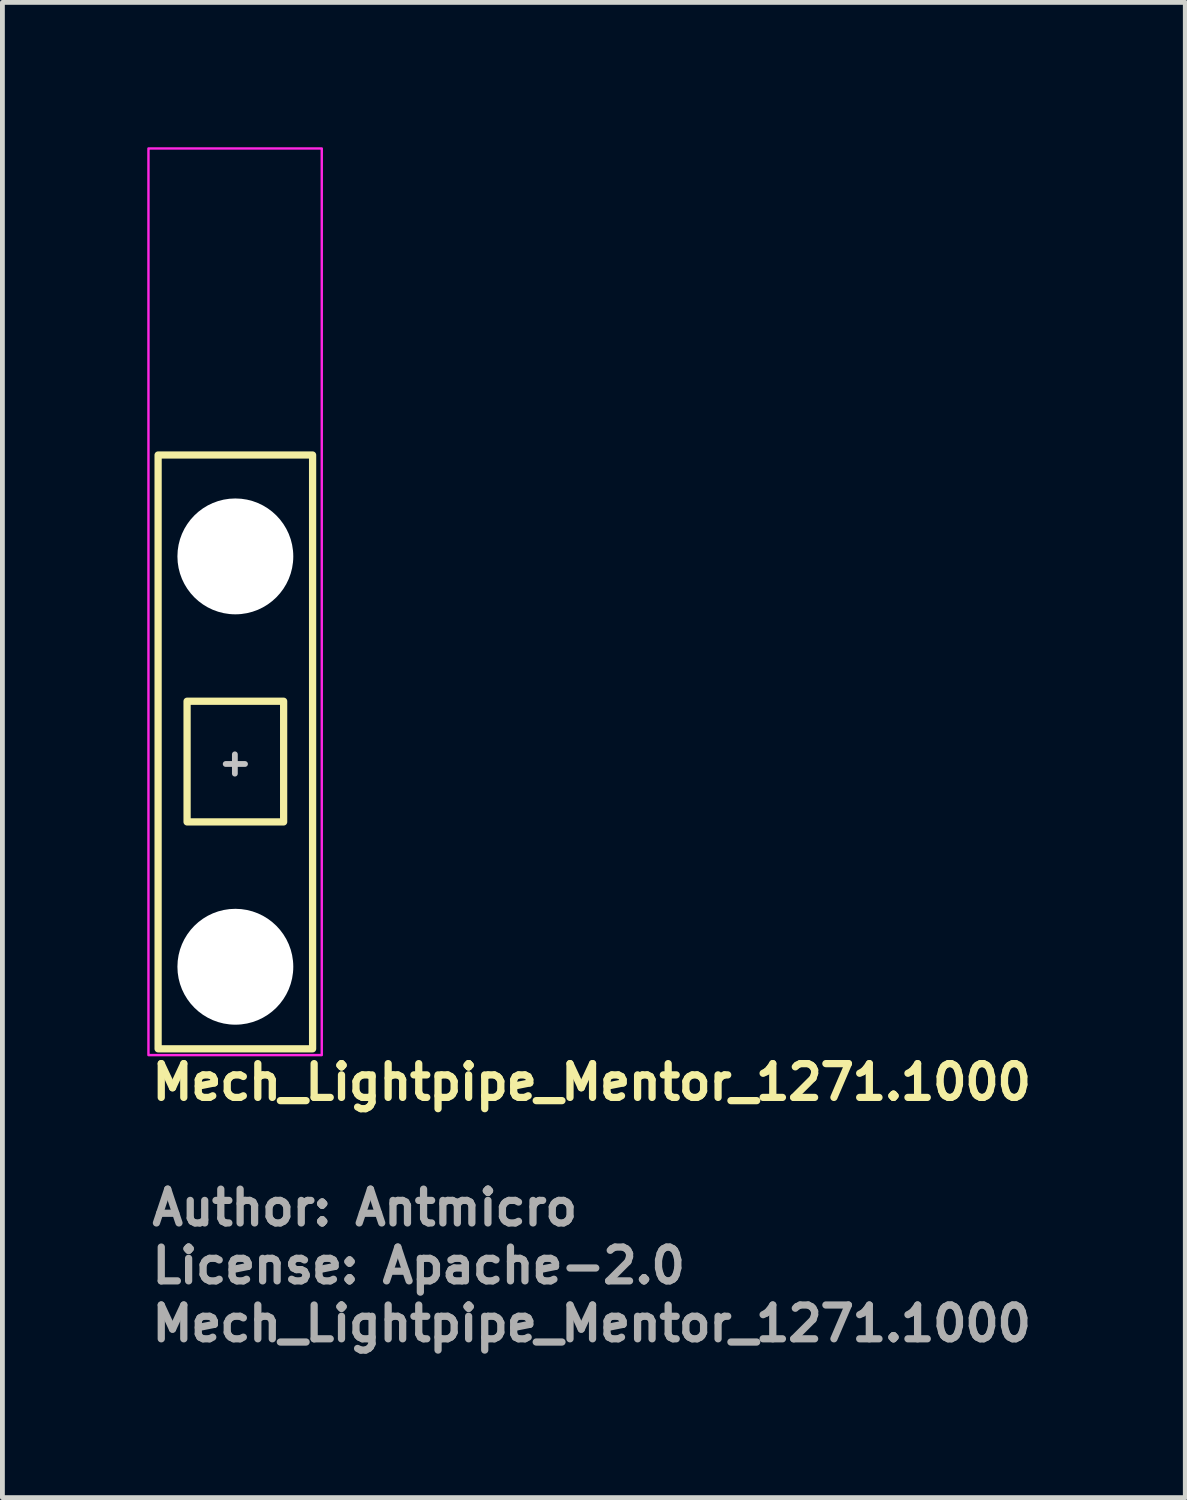
<source format=kicad_pcb>
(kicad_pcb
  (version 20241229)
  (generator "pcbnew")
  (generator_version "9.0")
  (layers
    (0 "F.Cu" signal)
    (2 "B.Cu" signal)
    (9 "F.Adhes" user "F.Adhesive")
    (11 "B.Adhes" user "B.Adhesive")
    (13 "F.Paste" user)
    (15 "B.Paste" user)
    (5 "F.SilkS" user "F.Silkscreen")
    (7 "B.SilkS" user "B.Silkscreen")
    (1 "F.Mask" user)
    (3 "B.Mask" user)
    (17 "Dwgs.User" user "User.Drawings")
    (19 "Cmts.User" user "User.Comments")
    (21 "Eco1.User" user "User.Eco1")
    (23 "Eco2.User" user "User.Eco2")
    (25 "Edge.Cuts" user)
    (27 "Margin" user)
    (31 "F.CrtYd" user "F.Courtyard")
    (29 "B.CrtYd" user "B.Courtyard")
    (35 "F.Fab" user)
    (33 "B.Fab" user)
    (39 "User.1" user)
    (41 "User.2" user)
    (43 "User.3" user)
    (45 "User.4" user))
  (footprint "Mech_Lightpipe_Mentor_1271.1000"
    (layer "F.Cu")
    (at 1.825 12.975)
    (property "Reference" "Mech_Lightpipe_Mentor_1271.1000" (at -1.8 6.8 0) (unlocked yes) (layer "F.SilkS") (effects (font (size 0.7 0.7) (thickness 0.15)) (justify left bottom)))
    (attr through_hole)
    (fp_rect (start -1.6 5.7) (end 1.6 -6.6) (stroke (width 0.15) (type solid)) (fill no) (layer "F.SilkS"))
    (fp_rect (start -1 1) (end 1 -1.5) (stroke (width 0.15) (type solid)) (fill no) (layer "F.SilkS"))
    (fp_line (start -0.01 -0.4) (end -0.01 0) (stroke (width 0.12) (type solid)) (layer "Dwgs.User"))
    (fp_line (start 0.2 -0.2) (end -0.2 -0.2) (stroke (width 0.12) (type solid)) (layer "Dwgs.User"))
    (fp_rect (start -1.8 -12.95) (end 1.79 5.83) (stroke (width 0.05) (type solid)) (fill no) (layer "F.CrtYd"))
    (fp_rect (start -1.508 -12.701) (end 1.49 5.587) (stroke (width 0.1) (type solid)) (fill no) (layer "User.5"))
    (fp_line (start -1.508 -12.501) (end -1.471 -12.501) (stroke (width 0.02) (type solid)) (layer "User.9"))
    (fp_line (start -1.508 -8.701) (end -1.508 -12.501) (stroke (width 0.02) (type solid)) (layer "User.9"))
    (fp_line (start -1.508 -8.701) (end -1.502 -8.701) (stroke (width 0.02) (type solid)) (layer "User.9"))
    (fp_line (start -1.508 -8.538) (end -1.508 -8.701) (stroke (width 0.02) (type solid)) (layer "User.9"))
    (fp_line (start -1.508 -8.538) (end -1.508 -8.538) (stroke (width 0.02) (type solid)) (layer "User.9"))
    (fp_line (start -1.508 -7.97) (end -1.508 -8.538) (stroke (width 0.02) (type solid)) (layer "User.9"))
    (fp_line (start -1.508 -7.97) (end -1.477 -7.99) (stroke (width 0.02) (type solid)) (layer "User.9"))
    (fp_line (start -1.508 -2.18) (end -1.508 -7.97) (stroke (width 0.02) (type solid)) (layer "User.9"))
    (fp_line (start -1.508 -1.12) (end -1.508 -2.18) (stroke (width 0.02) (type solid)) (layer "User.9"))
    (fp_line (start -1.508 1.12) (end -1.508 -1.12) (stroke (width 0.02) (type solid)) (layer "User.9"))
    (fp_line (start -1.508 1.12) (end -1.508 1.827) (stroke (width 0.02) (type solid)) (layer "User.9"))
    (fp_line (start -1.508 5.587) (end -1.508 1.827) (stroke (width 0.02) (type solid)) (layer "User.9"))
    (fp_line (start -1.502 -8.701) (end -1.502 -8.701) (stroke (width 0.02) (type solid)) (layer "User.9"))
    (fp_line (start -1.502 -8.701) (end -1.484 -8.701) (stroke (width 0.02) (type solid)) (layer "User.9"))
    (fp_line (start -1.484 -8.701) (end -1.484 -8.701) (stroke (width 0.02) (type solid)) (layer "User.9"))
    (fp_line (start -1.484 -8.701) (end -1.452 -8.701) (stroke (width 0.02) (type solid)) (layer "User.9"))
    (fp_line (start -1.477 -7.99) (end -1.445 -8.006) (stroke (width 0.02) (type solid)) (layer "User.9"))
    (fp_line (start -1.471 -12.501) (end -1.471 -12.501) (stroke (width 0.02) (type solid)) (layer "User.9"))
    (fp_line (start -1.471 -12.501) (end -1.36 -12.501) (stroke (width 0.02) (type solid)) (layer "User.9"))
    (fp_line (start -1.452 -8.701) (end -1.452 -8.701) (stroke (width 0.02) (type solid)) (layer "User.9"))
    (fp_line (start -1.452 -8.701) (end -1.409 -8.701) (stroke (width 0.02) (type solid)) (layer "User.9"))
    (fp_line (start -1.445 -8.006) (end -1.414 -8.022) (stroke (width 0.02) (type solid)) (layer "User.9"))
    (fp_line (start -1.414 -8.022) (end -1.383 -8.034) (stroke (width 0.02) (type solid)) (layer "User.9"))
    (fp_line (start -1.409 -8.701) (end -1.409 -8.701) (stroke (width 0.02) (type solid)) (layer "User.9"))
    (fp_line (start -1.409 -8.701) (end -1.354 -8.701) (stroke (width 0.02) (type solid)) (layer "User.9"))
    (fp_line (start -1.383 -8.034) (end -1.352 -8.042) (stroke (width 0.02) (type solid)) (layer "User.9"))
    (fp_line (start -1.36 -12.501) (end -1.36 -12.501) (stroke (width 0.02) (type solid)) (layer "User.9"))
    (fp_line (start -1.36 -12.501) (end -1.182 -12.501) (stroke (width 0.02) (type solid)) (layer "User.9"))
    (fp_line (start -1.354 -8.701) (end -1.354 -8.701) (stroke (width 0.02) (type solid)) (layer "User.9"))
    (fp_line (start -1.354 -8.701) (end -1.287 -8.701) (stroke (width 0.02) (type solid)) (layer "User.9"))
    (fp_line (start -1.352 -8.042) (end -1.321 -8.05) (stroke (width 0.02) (type solid)) (layer "User.9"))
    (fp_line (start -1.321 -8.05) (end -1.29 -8.053) (stroke (width 0.02) (type solid)) (layer "User.9"))
    (fp_line (start -1.29 -8.053) (end -1.274 -8.054) (stroke (width 0.02) (type solid)) (layer "User.9"))
    (fp_line (start -1.287 -8.701) (end -1.287 -8.701) (stroke (width 0.02) (type solid)) (layer "User.9"))
    (fp_line (start -1.287 -8.701) (end -1.21 -8.701) (stroke (width 0.02) (type solid)) (layer "User.9"))
    (fp_line (start -1.274 -8.054) (end -1.258 -8.055) (stroke (width 0.02) (type solid)) (layer "User.9"))
    (fp_line (start -1.258 -8.055) (end -1.244 -8.054) (stroke (width 0.02) (type solid)) (layer "User.9"))
    (fp_line (start -1.244 -8.054) (end -1.228 -8.053) (stroke (width 0.02) (type solid)) (layer "User.9"))
    (fp_line (start -1.228 -8.053) (end -1.197 -8.05) (stroke (width 0.02) (type solid)) (layer "User.9"))
    (fp_line (start -1.21 -8.701) (end -1.21 -8.701) (stroke (width 0.02) (type solid)) (layer "User.9"))
    (fp_line (start -1.21 -8.701) (end -1.122 -8.701) (stroke (width 0.02) (type solid)) (layer "User.9"))
    (fp_line (start -1.197 -8.05) (end -1.166 -8.042) (stroke (width 0.02) (type solid)) (layer "User.9"))
    (fp_line (start -1.182 -12.501) (end -1.182 -12.501) (stroke (width 0.02) (type solid)) (layer "User.9"))
    (fp_line (start -1.182 -12.501) (end -0.943 -12.501) (stroke (width 0.02) (type solid)) (layer "User.9"))
    (fp_line (start -1.166 -8.042) (end -1.135 -8.034) (stroke (width 0.02) (type solid)) (layer "User.9"))
    (fp_line (start -1.135 -8.034) (end -1.104 -8.022) (stroke (width 0.02) (type solid)) (layer "User.9"))
    (fp_line (start -1.122 -8.701) (end -1.122 -8.701) (stroke (width 0.02) (type solid)) (layer "User.9"))
    (fp_line (start -1.122 -8.701) (end -1.025 -8.701) (stroke (width 0.02) (type solid)) (layer "User.9"))
    (fp_line (start -1.104 -8.022) (end -1.073 -8.006) (stroke (width 0.02) (type solid)) (layer "User.9"))
    (fp_line (start -1.073 -8.006) (end -1.041 -7.99) (stroke (width 0.02) (type solid)) (layer "User.9"))
    (fp_line (start -1.041 -7.99) (end -1.008 -7.97) (stroke (width 0.02) (type solid)) (layer "User.9"))
    (fp_line (start -1.025 -8.701) (end -1.025 -8.701) (stroke (width 0.02) (type solid)) (layer "User.9"))
    (fp_line (start -1.025 -8.701) (end -0.92 -8.701) (stroke (width 0.02) (type solid)) (layer "User.9"))
    (fp_line (start -1.008 -12.701) (end -1.124 -12.501) (stroke (width 0.02) (type solid)) (layer "User.9"))
    (fp_line (start -1.008 -2.18) (end -1.008 -7.97) (stroke (width 0.02) (type solid)) (layer "User.9"))
    (fp_line (start -1.008 -0.766) (end -1.008 -2.18) (stroke (width 0.02) (type solid)) (layer "User.9"))
    (fp_line (start -1.008 1.827) (end -1.508 1.12) (stroke (width 0.02) (type solid)) (layer "User.9"))
    (fp_line (start -1.008 1.827) (end -1.008 -0.766) (stroke (width 0.02) (type solid)) (layer "User.9"))
    (fp_line (start -0.969 -8.022) (end -1.008 -7.97) (stroke (width 0.02) (type solid)) (layer "User.9"))
    (fp_line (start -0.943 -12.501) (end -0.943 -12.501) (stroke (width 0.02) (type solid)) (layer "User.9"))
    (fp_line (start -0.943 -12.501) (end -0.66 -12.501) (stroke (width 0.02) (type solid)) (layer "User.9"))
    (fp_line (start -0.929 -8.074) (end -0.969 -8.022) (stroke (width 0.02) (type solid)) (layer "User.9"))
    (fp_line (start -0.92 -8.701) (end -0.92 -8.701) (stroke (width 0.02) (type solid)) (layer "User.9"))
    (fp_line (start -0.92 -8.701) (end -0.687 -8.701) (stroke (width 0.02) (type solid)) (layer "User.9"))
    (fp_line (start -0.89 -8.122) (end -0.929 -8.074) (stroke (width 0.02) (type solid)) (layer "User.9"))
    (fp_line (start -0.887 -12.701) (end -1.008 -12.701) (stroke (width 0.02) (type solid)) (layer "User.9"))
    (fp_line (start -0.853 -8.167) (end -0.89 -8.122) (stroke (width 0.02) (type solid)) (layer "User.9"))
    (fp_line (start -0.815 -8.211) (end -0.853 -8.167) (stroke (width 0.02) (type solid)) (layer "User.9"))
    (fp_line (start -0.781 -12.701) (end -0.887 -12.701) (stroke (width 0.02) (type solid)) (layer "User.9"))
    (fp_line (start -0.781 -12.701) (end -0.781 -12.701) (stroke (width 0.02) (type solid)) (layer "User.9"))
    (fp_line (start -0.779 -8.251) (end -0.815 -8.211) (stroke (width 0.02) (type solid)) (layer "User.9"))
    (fp_line (start -0.744 -8.289) (end -0.779 -8.251) (stroke (width 0.02) (type solid)) (layer "User.9"))
    (fp_line (start -0.709 -8.326) (end -0.744 -8.289) (stroke (width 0.02) (type solid)) (layer "User.9"))
    (fp_line (start -0.687 -8.701) (end -0.687 -8.701) (stroke (width 0.02) (type solid)) (layer "User.9"))
    (fp_line (start -0.687 -8.701) (end -0.431 -8.701) (stroke (width 0.02) (type solid)) (layer "User.9"))
    (fp_line (start -0.675 -8.36) (end -0.709 -8.326) (stroke (width 0.02) (type solid)) (layer "User.9"))
    (fp_line (start -0.66 -12.501) (end -0.66 -12.501) (stroke (width 0.02) (type solid)) (layer "User.9"))
    (fp_line (start -0.66 -12.501) (end -0.343 -12.501) (stroke (width 0.02) (type solid)) (layer "User.9"))
    (fp_line (start -0.648 -12.701) (end -0.781 -12.701) (stroke (width 0.02) (type solid)) (layer "User.9"))
    (fp_line (start -0.648 -12.701) (end -0.648 -12.701) (stroke (width 0.02) (type solid)) (layer "User.9"))
    (fp_line (start -0.641 -8.393) (end -0.675 -8.36) (stroke (width 0.02) (type solid)) (layer "User.9"))
    (fp_line (start -0.608 -8.423) (end -0.641 -8.393) (stroke (width 0.02) (type solid)) (layer "User.9"))
    (fp_line (start -0.575 -8.451) (end -0.608 -8.423) (stroke (width 0.02) (type solid)) (layer "User.9"))
    (fp_line (start -0.543 -8.478) (end -0.575 -8.451) (stroke (width 0.02) (type solid)) (layer "User.9"))
    (fp_line (start -0.511 -8.503) (end -0.543 -8.478) (stroke (width 0.02) (type solid)) (layer "User.9"))
    (fp_line (start -0.493 -12.701) (end -0.648 -12.701) (stroke (width 0.02) (type solid)) (layer "User.9"))
    (fp_line (start -0.493 -12.701) (end -0.493 -12.701) (stroke (width 0.02) (type solid)) (layer "User.9"))
    (fp_line (start -0.48 -8.526) (end -0.511 -8.503) (stroke (width 0.02) (type solid)) (layer "User.9"))
    (fp_line (start -0.449 -8.548) (end -0.48 -8.526) (stroke (width 0.02) (type solid)) (layer "User.9"))
    (fp_line (start -0.42 -8.567) (end -0.449 -8.548) (stroke (width 0.02) (type solid)) (layer "User.9"))
    (fp_line (start -0.392 -8.585) (end -0.42 -8.567) (stroke (width 0.02) (type solid)) (layer "User.9"))
    (fp_line (start -0.364 -8.601) (end -0.392 -8.585) (stroke (width 0.02) (type solid)) (layer "User.9"))
    (fp_line (start -0.343 -12.501) (end -0.343 -12.501) (stroke (width 0.02) (type solid)) (layer "User.9"))
    (fp_line (start -0.343 -12.501) (end -0.009 -12.501) (stroke (width 0.02) (type solid)) (layer "User.9"))
    (fp_line (start -0.336 -8.616) (end -0.364 -8.601) (stroke (width 0.02) (type solid)) (layer "User.9"))
    (fp_line (start -0.32 -12.701) (end -0.493 -12.701) (stroke (width 0.02) (type solid)) (layer "User.9"))
    (fp_line (start -0.32 -12.701) (end -0.32 -12.701) (stroke (width 0.02) (type solid)) (layer "User.9"))
    (fp_line (start -0.308 -8.63) (end -0.336 -8.616) (stroke (width 0.02) (type solid)) (layer "User.9"))
    (fp_line (start -0.28 -8.643) (end -0.308 -8.63) (stroke (width 0.02) (type solid)) (layer "User.9"))
    (fp_line (start -0.252 -8.654) (end -0.28 -8.643) (stroke (width 0.02) (type solid)) (layer "User.9"))
    (fp_line (start -0.224 -8.664) (end -0.252 -8.654) (stroke (width 0.02) (type solid)) (layer "User.9"))
    (fp_line (start -0.197 -8.673) (end -0.224 -8.664) (stroke (width 0.02) (type solid)) (layer "User.9"))
    (fp_line (start -0.17 -8.68) (end -0.197 -8.673) (stroke (width 0.02) (type solid)) (layer "User.9"))
    (fp_line (start -0.142 -8.687) (end -0.17 -8.68) (stroke (width 0.02) (type solid)) (layer "User.9"))
    (fp_line (start -0.116 -8.693) (end -0.142 -8.687) (stroke (width 0.02) (type solid)) (layer "User.9"))
    (fp_line (start -0.089 -8.696) (end -0.116 -8.693) (stroke (width 0.02) (type solid)) (layer "User.9"))
    (fp_line (start -0.062 -8.699) (end -0.089 -8.696) (stroke (width 0.02) (type solid)) (layer "User.9"))
    (fp_line (start -0.035 -8.701) (end -0.062 -8.699) (stroke (width 0.02) (type solid)) (layer "User.9"))
    (fp_line (start -0.009 -12.501) (end -0.009 -12.501) (stroke (width 0.02) (type solid)) (layer "User.9"))
    (fp_line (start -0.009 -12.501) (end 0.324 -12.501) (stroke (width 0.02) (type solid)) (layer "User.9"))
    (fp_line (start -0.009 -8.701) (end -0.431 -8.701) (stroke (width 0.02) (type solid)) (layer "User.9"))
    (fp_line (start -0.009 -8.701) (end -0.035 -8.701) (stroke (width 0.02) (type solid)) (layer "User.9"))
    (fp_line (start -0.009 -8.701) (end 0.485 -8.701) (stroke (width 0.02) (type solid)) (layer "User.9"))
    (fp_line (start 0.022 -8.701) (end -0.009 -8.701) (stroke (width 0.02) (type solid)) (layer "User.9"))
    (fp_line (start 0.055 -8.698) (end 0.022 -8.701) (stroke (width 0.02) (type solid)) (layer "User.9"))
    (fp_line (start 0.086 -8.694) (end 0.055 -8.698) (stroke (width 0.02) (type solid)) (layer "User.9"))
    (fp_line (start 0.12 -8.688) (end 0.086 -8.694) (stroke (width 0.02) (type solid)) (layer "User.9"))
    (fp_line (start 0.152 -8.68) (end 0.12 -8.688) (stroke (width 0.02) (type solid)) (layer "User.9"))
    (fp_line (start 0.184 -8.671) (end 0.152 -8.68) (stroke (width 0.02) (type solid)) (layer "User.9"))
    (fp_line (start 0.216 -8.66) (end 0.184 -8.671) (stroke (width 0.02) (type solid)) (layer "User.9"))
    (fp_line (start 0.236 -12.701) (end -0.32 -12.701) (stroke (width 0.02) (type solid)) (layer "User.9"))
    (fp_line (start 0.236 -12.701) (end 0.236 -12.701) (stroke (width 0.02) (type solid)) (layer "User.9"))
    (fp_line (start 0.248 -8.648) (end 0.216 -8.66) (stroke (width 0.02) (type solid)) (layer "User.9"))
    (fp_line (start 0.313 -8.618) (end 0.248 -8.648) (stroke (width 0.02) (type solid)) (layer "User.9"))
    (fp_line (start 0.324 -12.501) (end 0.324 -12.501) (stroke (width 0.02) (type solid)) (layer "User.9"))
    (fp_line (start 0.324 -12.501) (end 0.641 -12.501) (stroke (width 0.02) (type solid)) (layer "User.9"))
    (fp_line (start 0.376 -8.583) (end 0.313 -8.618) (stroke (width 0.02) (type solid)) (layer "User.9"))
    (fp_line (start 0.414 -12.701) (end 0.236 -12.701) (stroke (width 0.02) (type solid)) (layer "User.9"))
    (fp_line (start 0.414 -12.701) (end 0.414 -12.701) (stroke (width 0.02) (type solid)) (layer "User.9"))
    (fp_line (start 0.44 -8.541) (end 0.376 -8.583) (stroke (width 0.02) (type solid)) (layer "User.9"))
    (fp_line (start 0.485 -8.701) (end 0.485 -8.701) (stroke (width 0.02) (type solid)) (layer "User.9"))
    (fp_line (start 0.485 -8.701) (end 0.641 -8.701) (stroke (width 0.02) (type solid)) (layer "User.9"))
    (fp_line (start 0.503 -8.494) (end 0.44 -8.541) (stroke (width 0.02) (type solid)) (layer "User.9"))
    (fp_line (start 0.565 -8.443) (end 0.503 -8.494) (stroke (width 0.02) (type solid)) (layer "User.9"))
    (fp_line (start 0.577 -12.701) (end 0.414 -12.701) (stroke (width 0.02) (type solid)) (layer "User.9"))
    (fp_line (start 0.577 -12.701) (end 0.577 -12.701) (stroke (width 0.02) (type solid)) (layer "User.9"))
    (fp_line (start 0.628 -8.387) (end 0.565 -8.443) (stroke (width 0.02) (type solid)) (layer "User.9"))
    (fp_line (start 0.641 -12.501) (end 0.641 -12.501) (stroke (width 0.02) (type solid)) (layer "User.9"))
    (fp_line (start 0.641 -12.501) (end 0.925 -12.501) (stroke (width 0.02) (type solid)) (layer "User.9"))
    (fp_line (start 0.641 -8.701) (end 0.641 -8.701) (stroke (width 0.02) (type solid)) (layer "User.9"))
    (fp_line (start 0.641 -8.701) (end 0.788 -8.701) (stroke (width 0.02) (type solid)) (layer "User.9"))
    (fp_line (start 0.689 -8.327) (end 0.628 -8.387) (stroke (width 0.02) (type solid)) (layer "User.9"))
    (fp_line (start 0.719 -12.701) (end 0.577 -12.701) (stroke (width 0.02) (type solid)) (layer "User.9"))
    (fp_line (start 0.719 -12.701) (end 0.719 -12.701) (stroke (width 0.02) (type solid)) (layer "User.9"))
    (fp_line (start 0.751 -8.262) (end 0.689 -8.327) (stroke (width 0.02) (type solid)) (layer "User.9"))
    (fp_line (start 0.788 -8.701) (end 0.788 -8.701) (stroke (width 0.02) (type solid)) (layer "User.9"))
    (fp_line (start 0.788 -8.701) (end 0.925 -8.701) (stroke (width 0.02) (type solid)) (layer "User.9"))
    (fp_line (start 0.812 -8.194) (end 0.751 -8.262) (stroke (width 0.02) (type solid)) (layer "User.9"))
    (fp_line (start 0.834 -12.701) (end 0.719 -12.701) (stroke (width 0.02) (type solid)) (layer "User.9"))
    (fp_line (start 0.834 -12.701) (end 0.834 -12.701) (stroke (width 0.02) (type solid)) (layer "User.9"))
    (fp_line (start 0.872 -8.122) (end 0.812 -8.194) (stroke (width 0.02) (type solid)) (layer "User.9"))
    (fp_line (start 0.92 -12.701) (end 0.834 -12.701) (stroke (width 0.02) (type solid)) (layer "User.9"))
    (fp_line (start 0.92 -12.701) (end 0.92 -12.701) (stroke (width 0.02) (type solid)) (layer "User.9"))
    (fp_line (start 0.925 -12.501) (end 0.925 -12.501) (stroke (width 0.02) (type solid)) (layer "User.9"))
    (fp_line (start 0.925 -12.501) (end 1.163 -12.501) (stroke (width 0.02) (type solid)) (layer "User.9"))
    (fp_line (start 0.925 -8.701) (end 0.925 -8.701) (stroke (width 0.02) (type solid)) (layer "User.9"))
    (fp_line (start 0.925 -8.701) (end 1.051 -8.701) (stroke (width 0.02) (type solid)) (layer "User.9"))
    (fp_line (start 0.931 -8.048) (end 0.872 -8.122) (stroke (width 0.02) (type solid)) (layer "User.9"))
    (fp_line (start 0.972 -12.701) (end 0.92 -12.701) (stroke (width 0.02) (type solid)) (layer "User.9"))
    (fp_line (start 0.972 -12.701) (end 0.972 -12.701) (stroke (width 0.02) (type solid)) (layer "User.9"))
    (fp_line (start 0.99 -12.701) (end 0.972 -12.701) (stroke (width 0.02) (type solid)) (layer "User.9"))
    (fp_line (start 0.99 -12.701) (end 1.106 -12.501) (stroke (width 0.02) (type solid)) (layer "User.9"))
    (fp_line (start 0.99 -7.97) (end 0.931 -8.048) (stroke (width 0.02) (type solid)) (layer "User.9"))
    (fp_line (start 0.99 -2.18) (end 0.99 -7.97) (stroke (width 0.02) (type solid)) (layer "User.9"))
    (fp_line (start 0.99 -0.766) (end 0.99 -2.18) (stroke (width 0.02) (type solid)) (layer "User.9"))
    (fp_line (start 0.99 1.827) (end -1.008 1.827) (stroke (width 0.02) (type solid)) (layer "User.9"))
    (fp_line (start 0.99 1.827) (end 0.99 -0.766) (stroke (width 0.02) (type solid)) (layer "User.9"))
    (fp_line (start 0.99 1.827) (end 1.49 1.12) (stroke (width 0.02) (type solid)) (layer "User.9"))
    (fp_line (start 1.022 -7.99) (end 0.99 -7.97) (stroke (width 0.02) (type solid)) (layer "User.9"))
    (fp_line (start 1.051 -8.701) (end 1.051 -8.701) (stroke (width 0.02) (type solid)) (layer "User.9"))
    (fp_line (start 1.051 -8.701) (end 1.163 -8.701) (stroke (width 0.02) (type solid)) (layer "User.9"))
    (fp_line (start 1.054 -8.006) (end 1.022 -7.99) (stroke (width 0.02) (type solid)) (layer "User.9"))
    (fp_line (start 1.085 -8.022) (end 1.054 -8.006) (stroke (width 0.02) (type solid)) (layer "User.9"))
    (fp_line (start 1.116 -8.034) (end 1.085 -8.022) (stroke (width 0.02) (type solid)) (layer "User.9"))
    (fp_line (start 1.147 -8.042) (end 1.116 -8.034) (stroke (width 0.02) (type solid)) (layer "User.9"))
    (fp_line (start 1.163 -12.501) (end 1.163 -12.501) (stroke (width 0.02) (type solid)) (layer "User.9"))
    (fp_line (start 1.163 -12.501) (end 1.342 -12.501) (stroke (width 0.02) (type solid)) (layer "User.9"))
    (fp_line (start 1.163 -8.701) (end 1.163 -8.701) (stroke (width 0.02) (type solid)) (layer "User.9"))
    (fp_line (start 1.163 -8.701) (end 1.26 -8.701) (stroke (width 0.02) (type solid)) (layer "User.9"))
    (fp_line (start 1.178 -8.05) (end 1.147 -8.042) (stroke (width 0.02) (type solid)) (layer "User.9"))
    (fp_line (start 1.209 -8.053) (end 1.178 -8.05) (stroke (width 0.02) (type solid)) (layer "User.9"))
    (fp_line (start 1.225 -8.054) (end 1.209 -8.053) (stroke (width 0.02) (type solid)) (layer "User.9"))
    (fp_line (start 1.24 -8.055) (end 1.225 -8.054) (stroke (width 0.02) (type solid)) (layer "User.9"))
    (fp_line (start 1.254 -8.054) (end 1.24 -8.055) (stroke (width 0.02) (type solid)) (layer "User.9"))
    (fp_line (start 1.26 -8.701) (end 1.26 -8.701) (stroke (width 0.02) (type solid)) (layer "User.9"))
    (fp_line (start 1.26 -8.701) (end 1.342 -8.701) (stroke (width 0.02) (type solid)) (layer "User.9"))
    (fp_line (start 1.27 -8.053) (end 1.254 -8.054) (stroke (width 0.02) (type solid)) (layer "User.9"))
    (fp_line (start 1.302 -8.05) (end 1.27 -8.053) (stroke (width 0.02) (type solid)) (layer "User.9"))
    (fp_line (start 1.333 -8.042) (end 1.302 -8.05) (stroke (width 0.02) (type solid)) (layer "User.9"))
    (fp_line (start 1.342 -12.501) (end 1.342 -12.501) (stroke (width 0.02) (type solid)) (layer "User.9"))
    (fp_line (start 1.342 -12.501) (end 1.452 -12.501) (stroke (width 0.02) (type solid)) (layer "User.9"))
    (fp_line (start 1.342 -8.701) (end 1.342 -8.701) (stroke (width 0.02) (type solid)) (layer "User.9"))
    (fp_line (start 1.342 -8.701) (end 1.406 -8.701) (stroke (width 0.02) (type solid)) (layer "User.9"))
    (fp_line (start 1.364 -8.034) (end 1.333 -8.042) (stroke (width 0.02) (type solid)) (layer "User.9"))
    (fp_line (start 1.395 -8.022) (end 1.364 -8.034) (stroke (width 0.02) (type solid)) (layer "User.9"))
    (fp_line (start 1.406 -8.701) (end 1.406 -8.701) (stroke (width 0.02) (type solid)) (layer "User.9"))
    (fp_line (start 1.406 -8.701) (end 1.452 -8.701) (stroke (width 0.02) (type solid)) (layer "User.9"))
    (fp_line (start 1.426 -8.006) (end 1.395 -8.022) (stroke (width 0.02) (type solid)) (layer "User.9"))
    (fp_line (start 1.452 -12.501) (end 1.452 -12.501) (stroke (width 0.02) (type solid)) (layer "User.9"))
    (fp_line (start 1.452 -12.501) (end 1.49 -12.501) (stroke (width 0.02) (type solid)) (layer "User.9"))
    (fp_line (start 1.452 -8.701) (end 1.452 -8.701) (stroke (width 0.02) (type solid)) (layer "User.9"))
    (fp_line (start 1.452 -8.701) (end 1.481 -8.701) (stroke (width 0.02) (type solid)) (layer "User.9"))
    (fp_line (start 1.458 -7.99) (end 1.426 -8.006) (stroke (width 0.02) (type solid)) (layer "User.9"))
    (fp_line (start 1.481 -8.701) (end 1.481 -8.701) (stroke (width 0.02) (type solid)) (layer "User.9"))
    (fp_line (start 1.481 -8.701) (end 1.49 -8.701) (stroke (width 0.02) (type solid)) (layer "User.9"))
    (fp_line (start 1.49 -8.701) (end 1.49 -12.501) (stroke (width 0.02) (type solid)) (layer "User.9"))
    (fp_line (start 1.49 -8.538) (end 1.49 -8.701) (stroke (width 0.02) (type solid)) (layer "User.9"))
    (fp_line (start 1.49 -8.538) (end 1.49 -8.538) (stroke (width 0.02) (type solid)) (layer "User.9"))
    (fp_line (start 1.49 -7.97) (end 1.458 -7.99) (stroke (width 0.02) (type solid)) (layer "User.9"))
    (fp_line (start 1.49 -7.97) (end 1.49 -8.538) (stroke (width 0.02) (type solid)) (layer "User.9"))
    (fp_line (start 1.49 -2.18) (end 1.49 -7.97) (stroke (width 0.02) (type solid)) (layer "User.9"))
    (fp_line (start 1.49 -1.12) (end 1.49 -2.18) (stroke (width 0.02) (type solid)) (layer "User.9"))
    (fp_line (start 1.49 1.12) (end 1.49 -1.12) (stroke (width 0.02) (type solid)) (layer "User.9"))
    (fp_line (start 1.49 5.587) (end -1.508 5.587) (stroke (width 0.02) (type solid)) (layer "User.9"))
    (fp_line (start 1.49 5.587) (end 1.49 1.12) (stroke (width 0.02) (type solid)) (layer "User.9"))
    (fp_text user "${REFERENCE}" (at -1.8 11.8 0) (layer "F.Fab") (effects (font (size 0.7 0.7) (thickness 0.15)) (justify left bottom)))
    (fp_text user "License: Apache-2.0" (at -1.8 10.6 0) (layer "F.Fab") (effects (font (size 0.7 0.7) (thickness 0.15)) (justify left bottom)))
    (fp_text user "Author: Antmicro" (at -1.8 9.4 0) (layer "F.Fab") (effects (font (size 0.7 0.7) (thickness 0.15)) (justify left bottom)))
    (pad "" np_thru_hole circle (at 0 -4.5) (size 2.4 2.4) (drill 2.4) (layers "*.Cu" "*.Mask"))
    (pad "" np_thru_hole circle (at 0 4) (size 2.4 2.4) (drill 2.4) (layers "*.Cu" "*.Mask")))
  (gr_rect
    (start -3 -3)
    (end 21.502 27.971)
    (stroke (width 0.1) (type default))
    (fill no)
    (layer "Edge.Cuts")))
</source>
